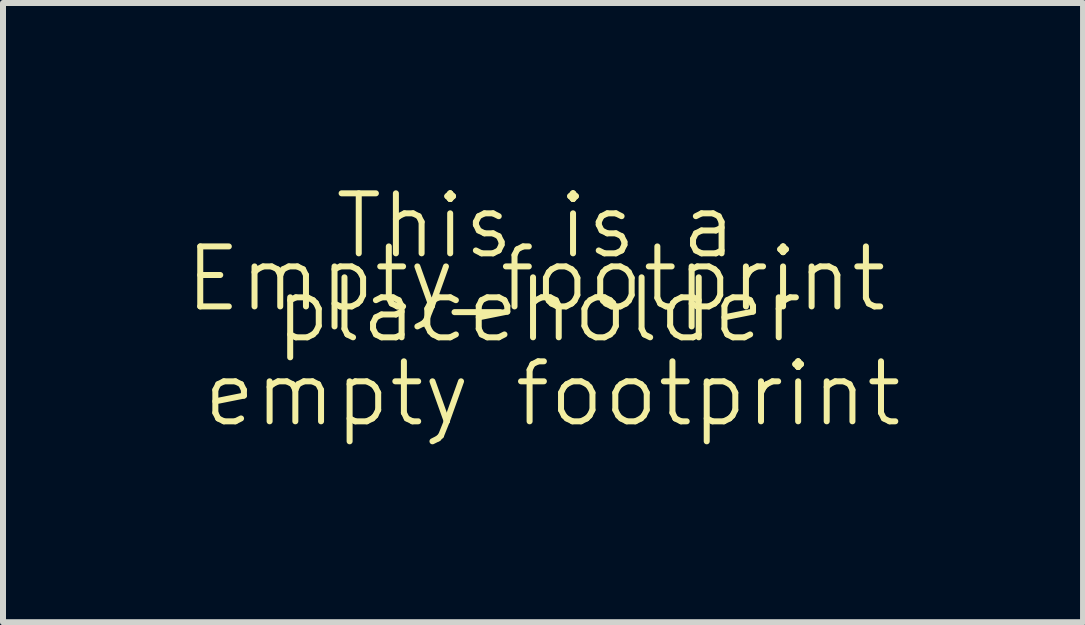
<source format=kicad_pcb>
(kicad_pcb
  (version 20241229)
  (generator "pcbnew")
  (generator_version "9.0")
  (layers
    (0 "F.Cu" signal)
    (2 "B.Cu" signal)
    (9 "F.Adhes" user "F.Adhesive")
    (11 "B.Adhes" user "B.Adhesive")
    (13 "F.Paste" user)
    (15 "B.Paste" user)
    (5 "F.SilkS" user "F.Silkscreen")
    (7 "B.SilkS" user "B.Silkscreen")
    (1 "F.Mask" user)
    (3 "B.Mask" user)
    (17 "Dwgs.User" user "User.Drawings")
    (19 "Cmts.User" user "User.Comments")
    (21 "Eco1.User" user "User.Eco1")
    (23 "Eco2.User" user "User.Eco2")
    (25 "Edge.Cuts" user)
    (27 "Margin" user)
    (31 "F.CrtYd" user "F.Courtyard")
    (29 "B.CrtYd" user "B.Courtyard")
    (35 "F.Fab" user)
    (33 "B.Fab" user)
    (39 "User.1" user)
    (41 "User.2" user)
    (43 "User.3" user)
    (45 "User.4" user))
  (footprint "Empty_footprint"
    (layer "F.Cu")
    (at 5.883 2.1)
    (property "Reference" "Empty_footprint" (at 0 -0.5 0) (unlocked yes) (layer "F.SilkS") (effects (font (size 1 1) (thickness 0.1))))
    (attr through_hole)
    (fp_text user "placeholder" (at -4.4 0.6 0) (unlocked yes) (layer "F.SilkS") (effects (font (size 1 1) (thickness 0.1)) (justify left bottom)))
    (fp_text user "This is a" (at -3.4 -0.8 0) (unlocked yes) (layer "F.SilkS") (effects (font (size 1 1) (thickness 0.1)) (justify left bottom)))
    (fp_text user "empty footprint" (at -5.6 2 0) (unlocked yes) (layer "F.SilkS") (effects (font (size 1 1) (thickness 0.1)) (justify left bottom))))
  (gr_rect
    (start -3 -3)
    (end 15.002 7.321)
    (stroke (width 0.1) (type default))
    (fill no)
    (layer "Edge.Cuts")))
</source>
